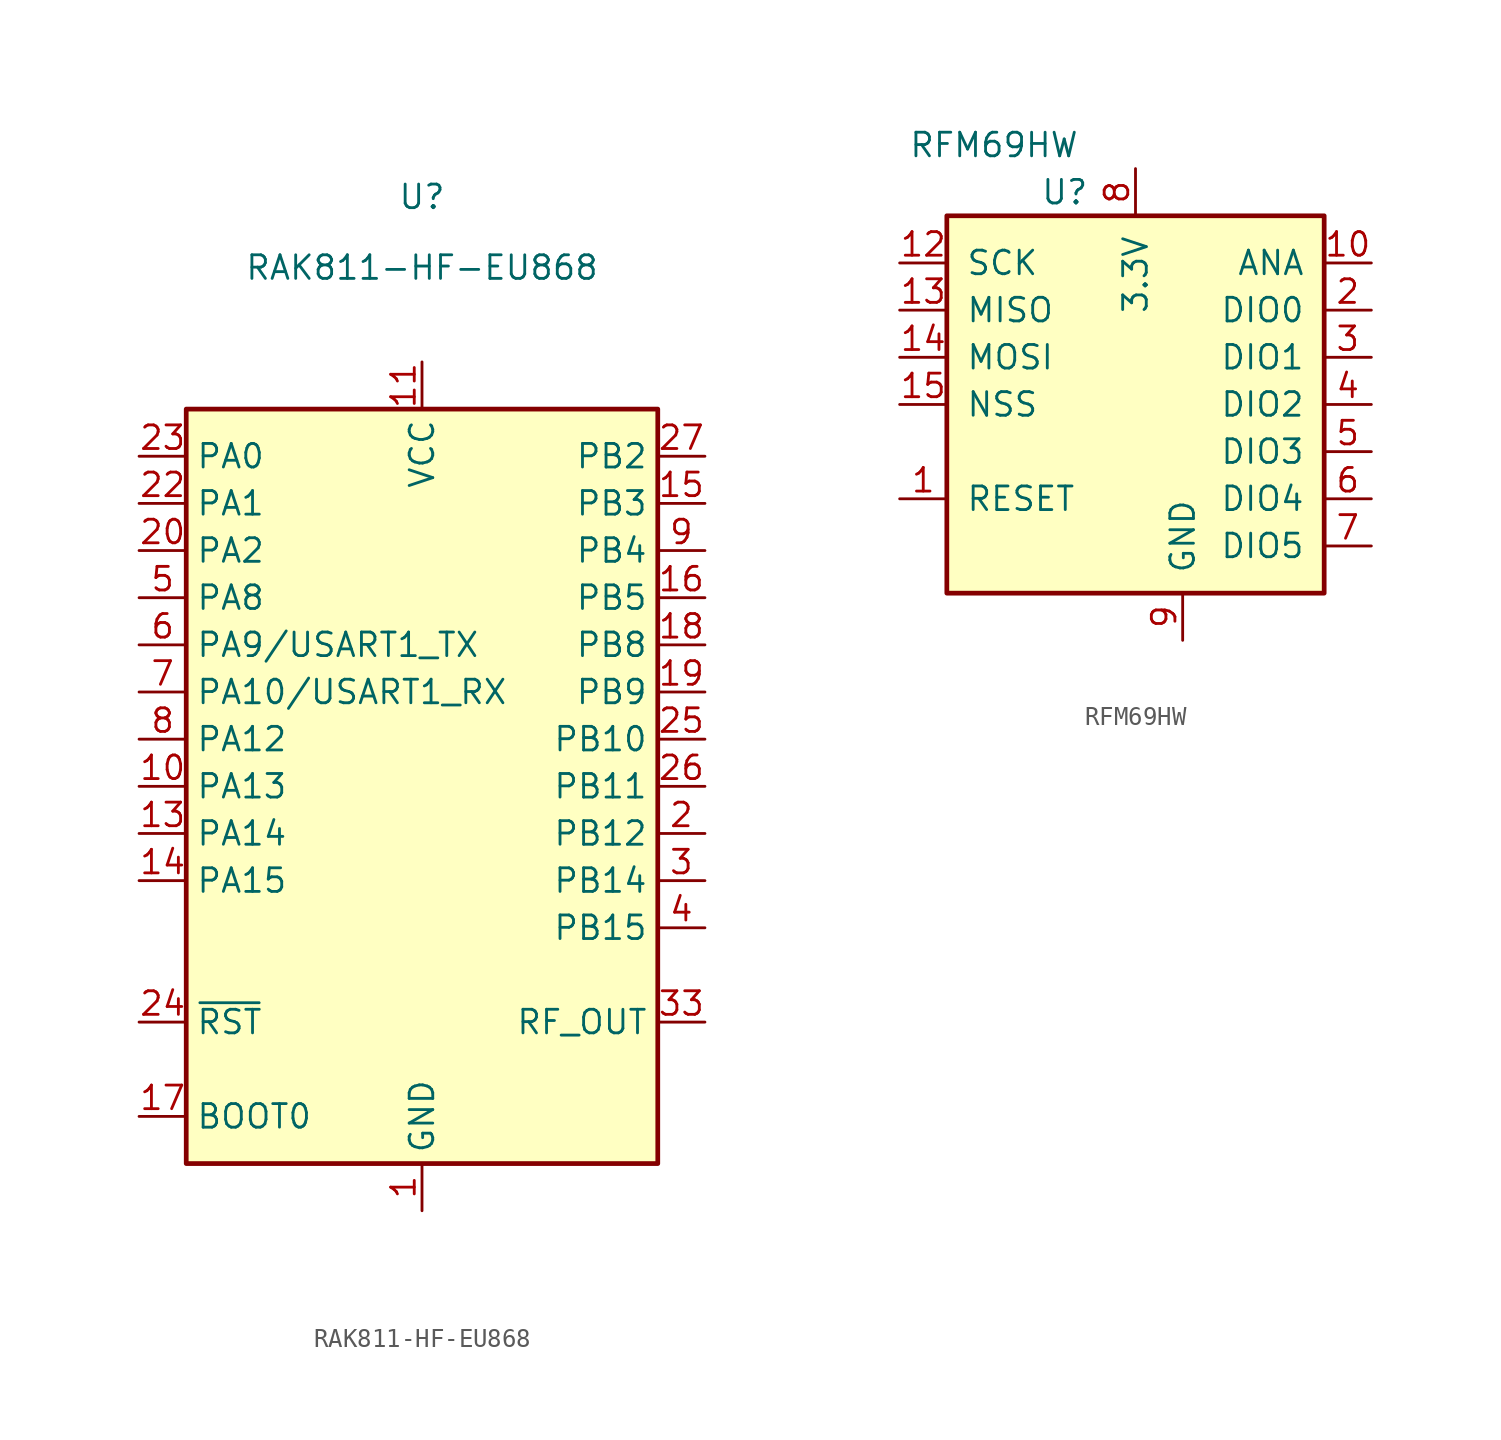
<source format=kicad_sym>
(kicad_symbol_lib
  (version 20200908)
  (generator kicad_symbol_editor)
  (symbol "RF_Module:RAK811-HF-EU868"
    (property "Reference" "U"
      (at 0 31.75 0)
      (effects (font (size 1.27 1.27))))
    (property "Value" "RAK811-HF-EU868"
      (at 0 27.94 0)
      (effects (font (size 1.27 1.27))))
    (symbol "RAK811-HF-EU868_0_1"
      (rectangle (start 12.7 -20.32) (end -12.7 20.32) (stroke (width 0.254)) (fill (type background))))
    (symbol "RAK811-HF-EU868_0_0"
      (pin power_in line (at 0 -22.86 90) (length 2.54) (name "GND" (effects (font (size 1.27 1.27)))) (number "1" (effects (font (size 1.27 1.27)))))
      (pin bidirectional line (at -15.24 0 0) (length 2.54) (name "PA13" (effects (font (size 1.27 1.27)))) (number "10" (effects (font (size 1.27 1.27)))))
      (pin power_in line (at 0 22.86 270) (length 2.54) (name "VCC" (effects (font (size 1.27 1.27)))) (number "11" (effects (font (size 1.27 1.27)))))
      (pin passive line (at 0 -22.86 90) (length 2.54) hide (name "GND" (effects (font (size 1.27 1.27)))) (number "12" (effects (font (size 1.27 1.27)))))
      (pin bidirectional line (at -15.24 -2.54 0) (length 2.54) (name "PA14" (effects (font (size 1.27 1.27)))) (number "13" (effects (font (size 1.27 1.27)))))
      (pin bidirectional line (at -15.24 -5.08 0) (length 2.54) (name "PA15" (effects (font (size 1.27 1.27)))) (number "14" (effects (font (size 1.27 1.27)))))
      (pin bidirectional line (at 15.24 15.24 180) (length 2.54) (name "PB3" (effects (font (size 1.27 1.27)))) (number "15" (effects (font (size 1.27 1.27)))))
      (pin bidirectional line (at 15.24 10.16 180) (length 2.54) (name "PB5" (effects (font (size 1.27 1.27)))) (number "16" (effects (font (size 1.27 1.27)))))
      (pin input line (at -15.24 -17.78 0) (length 2.54) (name "BOOT0" (effects (font (size 1.27 1.27)))) (number "17" (effects (font (size 1.27 1.27)))))
      (pin bidirectional line (at 15.24 7.62 180) (length 2.54) (name "PB8" (effects (font (size 1.27 1.27)))) (number "18" (effects (font (size 1.27 1.27)))))
      (pin bidirectional line (at 15.24 5.08 180) (length 2.54) (name "PB9" (effects (font (size 1.27 1.27)))) (number "19" (effects (font (size 1.27 1.27)))))
      (pin bidirectional line (at 15.24 -2.54 180) (length 2.54) (name "PB12" (effects (font (size 1.27 1.27)))) (number "2" (effects (font (size 1.27 1.27)))))
      (pin bidirectional line (at -15.24 12.7 0) (length 2.54) (name "PA2" (effects (font (size 1.27 1.27)))) (number "20" (effects (font (size 1.27 1.27)))))
      (pin passive line (at 0 -22.86 90) (length 2.54) hide (name "GND" (effects (font (size 1.27 1.27)))) (number "21" (effects (font (size 1.27 1.27)))))
      (pin bidirectional line (at -15.24 15.24 0) (length 2.54) (name "PA1" (effects (font (size 1.27 1.27)))) (number "22" (effects (font (size 1.27 1.27)))))
      (pin bidirectional line (at -15.24 17.78 0) (length 2.54) (name "PA0" (effects (font (size 1.27 1.27)))) (number "23" (effects (font (size 1.27 1.27)))))
      (pin input line (at -15.24 -12.7 0) (length 2.54) (name "~RST" (effects (font (size 1.27 1.27)))) (number "24" (effects (font (size 1.27 1.27)))))
      (pin bidirectional line (at 15.24 2.54 180) (length 2.54) (name "PB10" (effects (font (size 1.27 1.27)))) (number "25" (effects (font (size 1.27 1.27)))))
      (pin bidirectional line (at 15.24 0 180) (length 2.54) (name "PB11" (effects (font (size 1.27 1.27)))) (number "26" (effects (font (size 1.27 1.27)))))
      (pin bidirectional line (at 15.24 17.78 180) (length 2.54) (name "PB2" (effects (font (size 1.27 1.27)))) (number "27" (effects (font (size 1.27 1.27)))))
      (pin passive line (at 0 -22.86 90) (length 2.54) hide (name "GND" (effects (font (size 1.27 1.27)))) (number "28" (effects (font (size 1.27 1.27)))))
      (pin passive line (at 0 -22.86 90) (length 2.54) hide (name "GND" (effects (font (size 1.27 1.27)))) (number "29" (effects (font (size 1.27 1.27)))))
      (pin bidirectional line (at 15.24 -5.08 180) (length 2.54) (name "PB14" (effects (font (size 1.27 1.27)))) (number "3" (effects (font (size 1.27 1.27)))))
      (pin passive line (at 0 -22.86 90) (length 2.54) hide (name "GND" (effects (font (size 1.27 1.27)))) (number "30" (effects (font (size 1.27 1.27)))))
      (pin passive line (at 0 -22.86 90) (length 2.54) hide (name "GND" (effects (font (size 1.27 1.27)))) (number "31" (effects (font (size 1.27 1.27)))))
      (pin passive line (at 0 -22.86 90) (length 2.54) hide (name "GND" (effects (font (size 1.27 1.27)))) (number "32" (effects (font (size 1.27 1.27)))))
      (pin passive line (at 15.24 -12.7 180) (length 2.54) (name "RF_OUT" (effects (font (size 1.27 1.27)))) (number "33" (effects (font (size 1.27 1.27)))))
      (pin passive line (at 0 -22.86 90) (length 2.54) hide (name "GND" (effects (font (size 1.27 1.27)))) (number "34" (effects (font (size 1.27 1.27)))))
      (pin bidirectional line (at 15.24 -7.62 180) (length 2.54) (name "PB15" (effects (font (size 1.27 1.27)))) (number "4" (effects (font (size 1.27 1.27)))))
      (pin bidirectional line (at -15.24 10.16 0) (length 2.54) (name "PA8" (effects (font (size 1.27 1.27)))) (number "5" (effects (font (size 1.27 1.27)))))
      (pin bidirectional line (at -15.24 7.62 0) (length 2.54) (name "PA9/USART1_TX" (effects (font (size 1.27 1.27)))) (number "6" (effects (font (size 1.27 1.27)))))
      (pin bidirectional line (at -15.24 5.08 0) (length 2.54) (name "PA10/USART1_RX" (effects (font (size 1.27 1.27)))) (number "7" (effects (font (size 1.27 1.27)))))
      (pin bidirectional line (at -15.24 2.54 0) (length 2.54) (name "PA12" (effects (font (size 1.27 1.27)))) (number "8" (effects (font (size 1.27 1.27)))))
      (pin bidirectional line (at 15.24 12.7 180) (length 2.54) (name "PB4" (effects (font (size 1.27 1.27)))) (number "9" (effects (font (size 1.27 1.27)))))))
  (symbol "RF_Module:RFM69HW"
    (pin_names
      (offset 1.016))
    (property "Reference" "U"
      (at -3.81 11.43 0)
      (effects (font (size 1.27 1.27))))
    (property "Value" "RFM69HW"
      (at -7.62 13.97 0)
      (effects (font (size 1.27 1.27))))
    (symbol "RFM69HW_0_1"
      (rectangle (start -10.16 10.16) (end 10.16 -10.16) (stroke (width 0.254)) (fill (type background))))
    (symbol "RFM69HW_1_1"
      (pin input line (at -12.7 -5.08 0) (length 2.54) (name "RESET" (effects (font (size 1.27 1.27)))) (number "1" (effects (font (size 1.27 1.27)))))
      (pin output line (at 12.7 7.62 180) (length 2.54) (name "ANA" (effects (font (size 1.27 1.27)))) (number "10" (effects (font (size 1.27 1.27)))))
      (pin passive line (at 2.54 -12.7 90) (length 2.54) hide (name "GND" (effects (font (size 1.27 1.27)))) (number "11" (effects (font (size 1.27 1.27)))))
      (pin input line (at -12.7 7.62 0) (length 2.54) (name "SCK" (effects (font (size 1.27 1.27)))) (number "12" (effects (font (size 1.27 1.27)))))
      (pin output line (at -12.7 5.08 0) (length 2.54) (name "MISO" (effects (font (size 1.27 1.27)))) (number "13" (effects (font (size 1.27 1.27)))))
      (pin input line (at -12.7 2.54 0) (length 2.54) (name "MOSI" (effects (font (size 1.27 1.27)))) (number "14" (effects (font (size 1.27 1.27)))))
      (pin input line (at -12.7 0 0) (length 2.54) (name "NSS" (effects (font (size 1.27 1.27)))) (number "15" (effects (font (size 1.27 1.27)))))
      (pin unconnected line (at -2.54 -12.7 90) (length 2.54) hide (name "NC" (effects (font (size 1.27 1.27)))) (number "16" (effects (font (size 1.27 1.27)))))
      (pin bidirectional line (at 12.7 5.08 180) (length 2.54) (name "DIO0" (effects (font (size 1.27 1.27)))) (number "2" (effects (font (size 1.27 1.27)))))
      (pin bidirectional line (at 12.7 2.54 180) (length 2.54) (name "DIO1" (effects (font (size 1.27 1.27)))) (number "3" (effects (font (size 1.27 1.27)))))
      (pin bidirectional line (at 12.7 0 180) (length 2.54) (name "DIO2" (effects (font (size 1.27 1.27)))) (number "4" (effects (font (size 1.27 1.27)))))
      (pin bidirectional line (at 12.7 -2.54 180) (length 2.54) (name "DIO3" (effects (font (size 1.27 1.27)))) (number "5" (effects (font (size 1.27 1.27)))))
      (pin bidirectional line (at 12.7 -5.08 180) (length 2.54) (name "DIO4" (effects (font (size 1.27 1.27)))) (number "6" (effects (font (size 1.27 1.27)))))
      (pin bidirectional line (at 12.7 -7.62 180) (length 2.54) (name "DIO5" (effects (font (size 1.27 1.27)))) (number "7" (effects (font (size 1.27 1.27)))))
      (pin power_in line (at 0 12.7 270) (length 2.54) (name "3.3V" (effects (font (size 1.27 1.27)))) (number "8" (effects (font (size 1.27 1.27)))))
      (pin power_in line (at 2.54 -12.7 90) (length 2.54) (name "GND" (effects (font (size 1.27 1.27)))) (number "9" (effects (font (size 1.27 1.27))))))))
</source>
